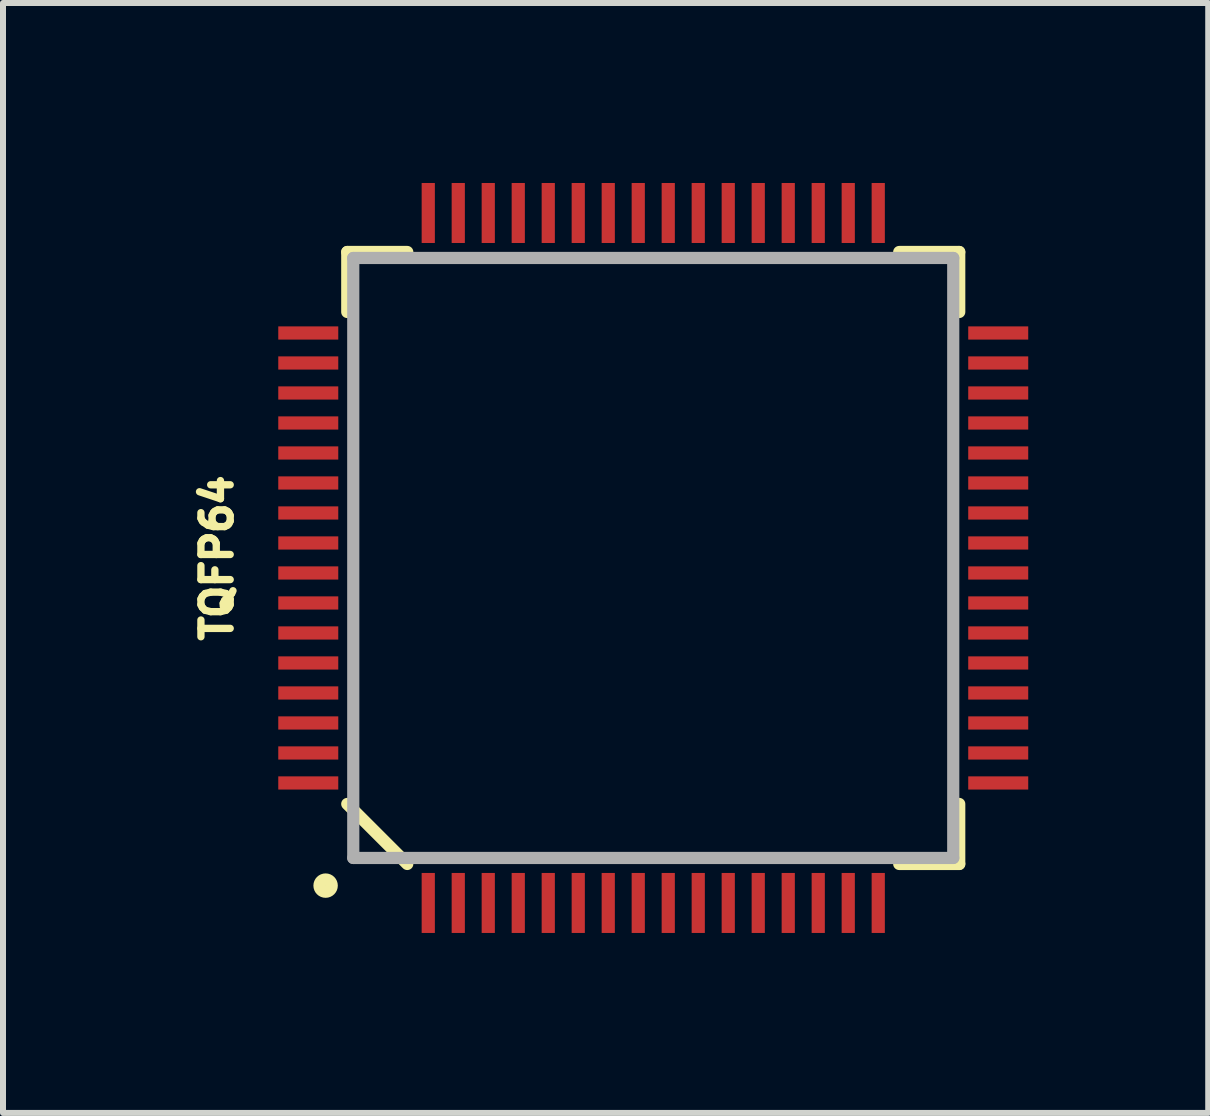
<source format=kicad_pcb>
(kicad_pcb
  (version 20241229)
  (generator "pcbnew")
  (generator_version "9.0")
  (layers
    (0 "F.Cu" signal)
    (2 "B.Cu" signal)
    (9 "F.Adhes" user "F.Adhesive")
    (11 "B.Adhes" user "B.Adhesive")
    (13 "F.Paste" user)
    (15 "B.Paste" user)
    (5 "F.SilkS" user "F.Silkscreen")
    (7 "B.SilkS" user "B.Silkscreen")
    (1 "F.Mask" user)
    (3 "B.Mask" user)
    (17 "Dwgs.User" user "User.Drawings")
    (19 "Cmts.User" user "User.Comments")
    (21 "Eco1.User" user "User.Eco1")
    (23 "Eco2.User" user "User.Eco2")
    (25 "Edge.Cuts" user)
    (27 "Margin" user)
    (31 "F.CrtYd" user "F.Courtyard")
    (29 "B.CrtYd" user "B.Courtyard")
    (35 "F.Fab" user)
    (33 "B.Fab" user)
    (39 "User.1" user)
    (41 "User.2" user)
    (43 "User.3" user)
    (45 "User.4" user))
  (footprint "TQFP64"
    (layer "F.Cu")
    (at 7.838 6.25)
    (property "Reference" "TQFP64" (at -6.985 0 90) (layer "F.SilkS") (effects (font (size 0.488 0.488) (thickness 0.122)) (justify bottom)))
    (fp_line (start -5.1 -5.1) (end -4.1 -5.1) (stroke (width 0.203) (type solid)) (layer "F.SilkS"))
    (fp_line (start -5.1 -4.1) (end -5.1 -5.1) (stroke (width 0.203) (type solid)) (layer "F.SilkS"))
    (fp_line (start -5.1 4.1) (end -4.1 5.1) (stroke (width 0.203) (type solid)) (layer "F.SilkS"))
    (fp_line (start 4.1 -5.1) (end 5.1 -5.1) (stroke (width 0.203) (type solid)) (layer "F.SilkS"))
    (fp_line (start 4.1 5.1) (end 5.1 5.1) (stroke (width 0.203) (type solid)) (layer "F.SilkS"))
    (fp_line (start 5.1 -5.1) (end 5.1 -4.1) (stroke (width 0.203) (type solid)) (layer "F.SilkS"))
    (fp_line (start 5.1 5.1) (end 5.1 4.1) (stroke (width 0.203) (type solid)) (layer "F.SilkS"))
    (fp_circle (center -5.461 5.461) (end -5.359 5.461) (stroke (width 0.203) (type solid)) (fill no) (layer "F.SilkS"))
    (fp_line (start -5 -5) (end 5 -5) (stroke (width 0.203) (type solid)) (layer "F.Fab"))
    (fp_line (start -5 5) (end -5 -5) (stroke (width 0.203) (type solid)) (layer "F.Fab"))
    (fp_line (start 5 -5) (end 5 5) (stroke (width 0.203) (type solid)) (layer "F.Fab"))
    (fp_line (start 5 5) (end -5 5) (stroke (width 0.203) (type solid)) (layer "F.Fab"))
    (pad "1" smd rect (at -3.75 5.75) (size 0.22 1) (layers "F.Cu" "F.Mask" "F.Paste"))
    (pad "2" smd rect (at -3.25 5.75) (size 0.22 1) (layers "F.Cu" "F.Mask" "F.Paste"))
    (pad "3" smd rect (at -2.75 5.75) (size 0.22 1) (layers "F.Cu" "F.Mask" "F.Paste"))
    (pad "4" smd rect (at -2.25 5.75) (size 0.22 1) (layers "F.Cu" "F.Mask" "F.Paste"))
    (pad "5" smd rect (at -1.75 5.75) (size 0.22 1) (layers "F.Cu" "F.Mask" "F.Paste"))
    (pad "6" smd rect (at -1.25 5.75) (size 0.22 1) (layers "F.Cu" "F.Mask" "F.Paste"))
    (pad "7" smd rect (at -0.75 5.75) (size 0.22 1) (layers "F.Cu" "F.Mask" "F.Paste"))
    (pad "8" smd rect (at -0.25 5.75) (size 0.22 1) (layers "F.Cu" "F.Mask" "F.Paste"))
    (pad "9" smd rect (at 0.25 5.75) (size 0.22 1) (layers "F.Cu" "F.Mask" "F.Paste"))
    (pad "10" smd rect (at 0.75 5.75) (size 0.22 1) (layers "F.Cu" "F.Mask" "F.Paste"))
    (pad "11" smd rect (at 1.25 5.75) (size 0.22 1) (layers "F.Cu" "F.Mask" "F.Paste"))
    (pad "12" smd rect (at 1.75 5.75) (size 0.22 1) (layers "F.Cu" "F.Mask" "F.Paste"))
    (pad "13" smd rect (at 2.25 5.75) (size 0.22 1) (layers "F.Cu" "F.Mask" "F.Paste"))
    (pad "14" smd rect (at 2.75 5.75) (size 0.22 1) (layers "F.Cu" "F.Mask" "F.Paste"))
    (pad "15" smd rect (at 3.25 5.75) (size 0.22 1) (layers "F.Cu" "F.Mask" "F.Paste"))
    (pad "16" smd rect (at 3.75 5.75) (size 0.22 1) (layers "F.Cu" "F.Mask" "F.Paste"))
    (pad "17" smd rect (at 5.75 3.75 90) (size 0.22 1) (layers "F.Cu" "F.Mask" "F.Paste"))
    (pad "18" smd rect (at 5.75 3.25 90) (size 0.22 1) (layers "F.Cu" "F.Mask" "F.Paste"))
    (pad "19" smd rect (at 5.75 2.75 90) (size 0.22 1) (layers "F.Cu" "F.Mask" "F.Paste"))
    (pad "20" smd rect (at 5.75 2.25 90) (size 0.22 1) (layers "F.Cu" "F.Mask" "F.Paste"))
    (pad "21" smd rect (at 5.75 1.75 90) (size 0.22 1) (layers "F.Cu" "F.Mask" "F.Paste"))
    (pad "22" smd rect (at 5.75 1.25 90) (size 0.22 1) (layers "F.Cu" "F.Mask" "F.Paste"))
    (pad "23" smd rect (at 5.75 0.75 90) (size 0.22 1) (layers "F.Cu" "F.Mask" "F.Paste"))
    (pad "24" smd rect (at 5.75 0.25 90) (size 0.22 1) (layers "F.Cu" "F.Mask" "F.Paste"))
    (pad "25" smd rect (at 5.75 -0.25 90) (size 0.22 1) (layers "F.Cu" "F.Mask" "F.Paste"))
    (pad "26" smd rect (at 5.75 -0.75 90) (size 0.22 1) (layers "F.Cu" "F.Mask" "F.Paste"))
    (pad "27" smd rect (at 5.75 -1.25 90) (size 0.22 1) (layers "F.Cu" "F.Mask" "F.Paste"))
    (pad "28" smd rect (at 5.75 -1.75 90) (size 0.22 1) (layers "F.Cu" "F.Mask" "F.Paste"))
    (pad "29" smd rect (at 5.75 -2.25 90) (size 0.22 1) (layers "F.Cu" "F.Mask" "F.Paste"))
    (pad "30" smd rect (at 5.75 -2.75 90) (size 0.22 1) (layers "F.Cu" "F.Mask" "F.Paste"))
    (pad "31" smd rect (at 5.75 -3.25 90) (size 0.22 1) (layers "F.Cu" "F.Mask" "F.Paste"))
    (pad "32" smd rect (at 5.75 -3.75 90) (size 0.22 1) (layers "F.Cu" "F.Mask" "F.Paste"))
    (pad "33" smd rect (at 3.75 -5.75 180) (size 0.22 1) (layers "F.Cu" "F.Mask" "F.Paste"))
    (pad "34" smd rect (at 3.25 -5.75 180) (size 0.22 1) (layers "F.Cu" "F.Mask" "F.Paste"))
    (pad "35" smd rect (at 2.75 -5.75 180) (size 0.22 1) (layers "F.Cu" "F.Mask" "F.Paste"))
    (pad "36" smd rect (at 2.25 -5.75 180) (size 0.22 1) (layers "F.Cu" "F.Mask" "F.Paste"))
    (pad "37" smd rect (at 1.75 -5.75 180) (size 0.22 1) (layers "F.Cu" "F.Mask" "F.Paste"))
    (pad "38" smd rect (at 1.25 -5.75 180) (size 0.22 1) (layers "F.Cu" "F.Mask" "F.Paste"))
    (pad "39" smd rect (at 0.75 -5.75 180) (size 0.22 1) (layers "F.Cu" "F.Mask" "F.Paste"))
    (pad "40" smd rect (at 0.25 -5.75 180) (size 0.22 1) (layers "F.Cu" "F.Mask" "F.Paste"))
    (pad "41" smd rect (at -0.25 -5.75 180) (size 0.22 1) (layers "F.Cu" "F.Mask" "F.Paste"))
    (pad "42" smd rect (at -0.75 -5.75 180) (size 0.22 1) (layers "F.Cu" "F.Mask" "F.Paste"))
    (pad "43" smd rect (at -1.25 -5.75 180) (size 0.22 1) (layers "F.Cu" "F.Mask" "F.Paste"))
    (pad "44" smd rect (at -1.75 -5.75 180) (size 0.22 1) (layers "F.Cu" "F.Mask" "F.Paste"))
    (pad "45" smd rect (at -2.25 -5.75 180) (size 0.22 1) (layers "F.Cu" "F.Mask" "F.Paste"))
    (pad "46" smd rect (at -2.75 -5.75 180) (size 0.22 1) (layers "F.Cu" "F.Mask" "F.Paste"))
    (pad "47" smd rect (at -3.25 -5.75 180) (size 0.22 1) (layers "F.Cu" "F.Mask" "F.Paste"))
    (pad "48" smd rect (at -3.75 -5.75 180) (size 0.22 1) (layers "F.Cu" "F.Mask" "F.Paste"))
    (pad "49" smd rect (at -5.75 -3.75 270) (size 0.22 1) (layers "F.Cu" "F.Mask" "F.Paste"))
    (pad "50" smd rect (at -5.75 -3.25 270) (size 0.22 1) (layers "F.Cu" "F.Mask" "F.Paste"))
    (pad "51" smd rect (at -5.75 -2.75 270) (size 0.22 1) (layers "F.Cu" "F.Mask" "F.Paste"))
    (pad "52" smd rect (at -5.75 -2.25 270) (size 0.22 1) (layers "F.Cu" "F.Mask" "F.Paste"))
    (pad "53" smd rect (at -5.75 -1.75 270) (size 0.22 1) (layers "F.Cu" "F.Mask" "F.Paste"))
    (pad "54" smd rect (at -5.75 -1.25 270) (size 0.22 1) (layers "F.Cu" "F.Mask" "F.Paste"))
    (pad "55" smd rect (at -5.75 -0.75 270) (size 0.22 1) (layers "F.Cu" "F.Mask" "F.Paste"))
    (pad "56" smd rect (at -5.75 -0.25 270) (size 0.22 1) (layers "F.Cu" "F.Mask" "F.Paste"))
    (pad "57" smd rect (at -5.75 0.25 270) (size 0.22 1) (layers "F.Cu" "F.Mask" "F.Paste"))
    (pad "58" smd rect (at -5.75 0.75 270) (size 0.22 1) (layers "F.Cu" "F.Mask" "F.Paste"))
    (pad "59" smd rect (at -5.75 1.25 270) (size 0.22 1) (layers "F.Cu" "F.Mask" "F.Paste"))
    (pad "60" smd rect (at -5.75 1.75 270) (size 0.22 1) (layers "F.Cu" "F.Mask" "F.Paste"))
    (pad "61" smd rect (at -5.75 2.25 270) (size 0.22 1) (layers "F.Cu" "F.Mask" "F.Paste"))
    (pad "62" smd rect (at -5.75 2.75 270) (size 0.22 1) (layers "F.Cu" "F.Mask" "F.Paste"))
    (pad "63" smd rect (at -5.75 3.25 270) (size 0.22 1) (layers "F.Cu" "F.Mask" "F.Paste"))
    (pad "64" smd rect (at -5.75 3.75 270) (size 0.22 1) (layers "F.Cu" "F.Mask" "F.Paste")))
  (gr_rect
    (start -3 -3)
    (end 17.088 15.5)
    (stroke (width 0.1) (type default))
    (fill no)
    (layer "Edge.Cuts")))
</source>
